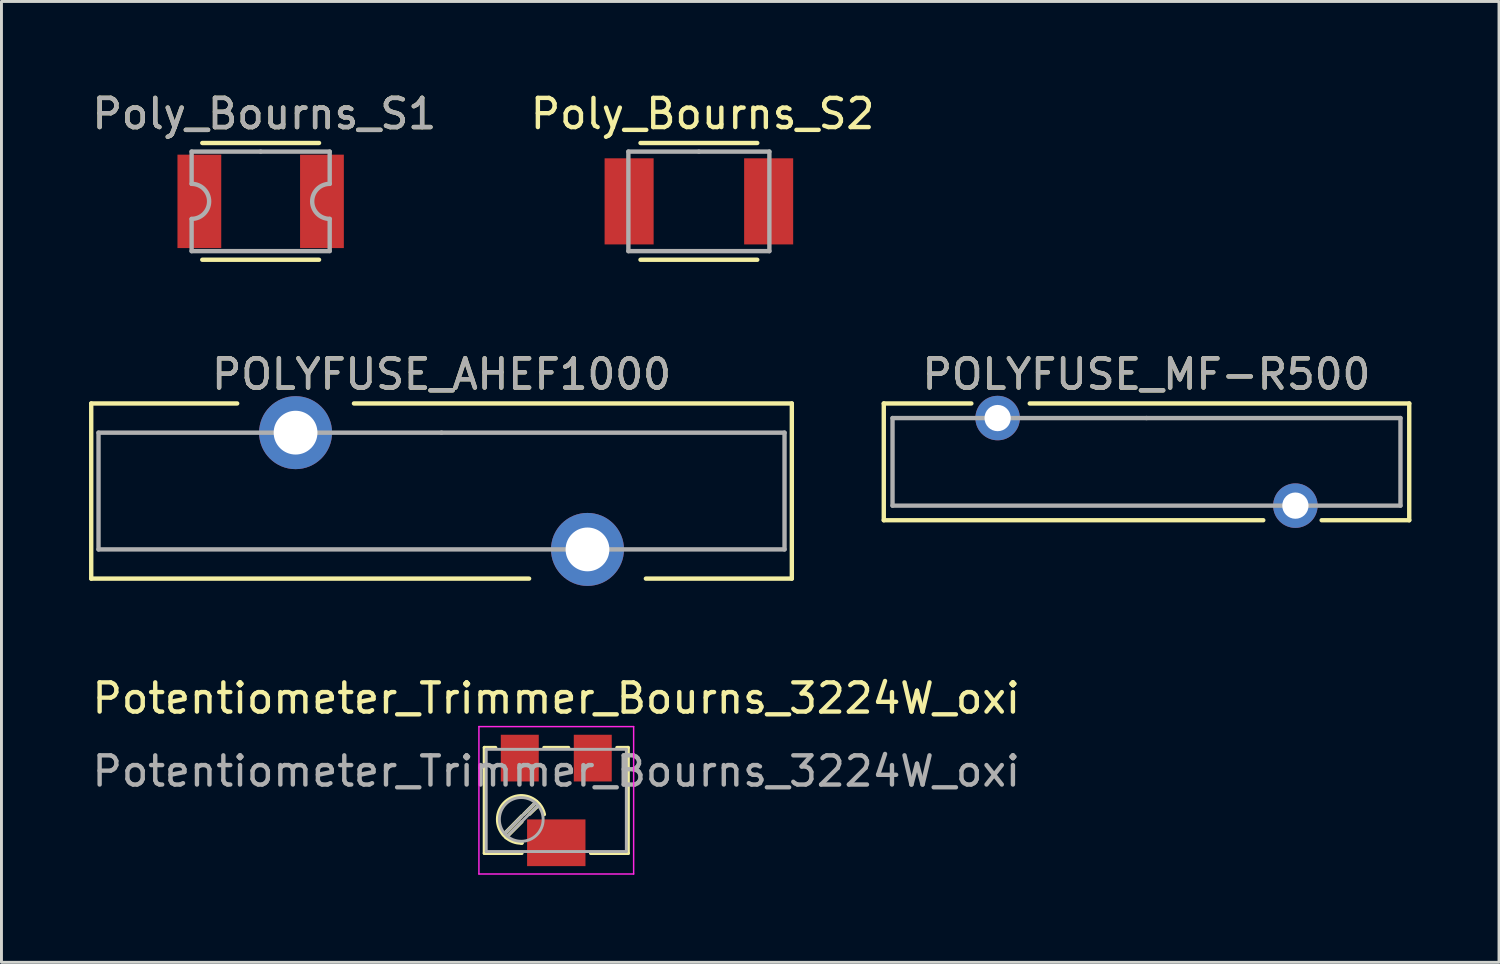
<source format=kicad_pcb>
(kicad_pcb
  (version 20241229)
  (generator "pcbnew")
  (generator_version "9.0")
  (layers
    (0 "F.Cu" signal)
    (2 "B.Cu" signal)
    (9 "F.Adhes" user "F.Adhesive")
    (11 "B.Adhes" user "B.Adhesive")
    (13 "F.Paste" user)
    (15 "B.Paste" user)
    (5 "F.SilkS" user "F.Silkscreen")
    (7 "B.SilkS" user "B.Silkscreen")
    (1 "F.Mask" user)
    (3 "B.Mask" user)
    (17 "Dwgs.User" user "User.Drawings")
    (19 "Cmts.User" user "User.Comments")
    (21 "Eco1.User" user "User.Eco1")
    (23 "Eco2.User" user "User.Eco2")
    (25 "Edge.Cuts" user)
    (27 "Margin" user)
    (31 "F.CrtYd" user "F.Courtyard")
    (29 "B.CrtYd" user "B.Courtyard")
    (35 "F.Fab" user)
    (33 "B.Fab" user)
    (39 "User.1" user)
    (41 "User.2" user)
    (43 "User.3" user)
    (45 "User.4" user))
  (footprint "Poly_Bourns_S1"
    (layer "F.Cu")
    (at 5.879 3.848)
    (property "Reference" "Poly_Bourns_S1" (at 0.127 -3 0) (layer "F.SilkS") (effects (font (size 1 1) (thickness 0.15))))
    (attr through_hole)
    (fp_line (start -2 -2) (end 2 -2) (stroke (width 0.15) (type solid)) (layer "F.SilkS"))
    (fp_line (start -2 2) (end 2 2) (stroke (width 0.15) (type solid)) (layer "F.SilkS"))
    (fp_line (start -2.365 -1.705) (end -2.365 -0.6) (stroke (width 0.15) (type solid)) (layer "F.Fab"))
    (fp_line (start -2.365 1.705) (end -2.365 0.605) (stroke (width 0.15) (type solid)) (layer "F.Fab"))
    (fp_line (start -2.365 1.705) (end 2.365 1.705) (stroke (width 0.15) (type solid)) (layer "F.Fab"))
    (fp_line (start 0 -1.705) (end -2.365 -1.705) (stroke (width 0.15) (type solid)) (layer "F.Fab"))
    (fp_line (start 2.365 -1.705) (end 0 -1.705) (stroke (width 0.15) (type solid)) (layer "F.Fab"))
    (fp_line (start 2.365 -0.6) (end 2.365 -1.705) (stroke (width 0.15) (type solid)) (layer "F.Fab"))
    (fp_line (start 2.365 0.6) (end 2.365 1.7) (stroke (width 0.15) (type solid)) (layer "F.Fab"))
    (fp_arc (start -2.365 -0.6) (mid -1.765 0) (end -2.365 0.6) (stroke (width 0.15) (type solid)) (layer "F.Fab"))
    (fp_arc (start 2.365 0.6) (mid 1.765 0) (end 2.365 -0.6) (stroke (width 0.15) (type solid)) (layer "F.Fab"))
    (fp_text user "${REFERENCE}" (at 0.127 -3 0) (layer "F.Fab") (effects (font (size 1 1) (thickness 0.15))))
    (pad "1" smd rect (at -2.1 0) (size 1.5 3.2) (layers "F.Cu" "F.Mask" "F.Paste"))
    (pad "2" smd rect (at 2.1 0) (size 1.5 3.2) (layers "F.Cu" "F.Mask" "F.Paste")))
  (footprint "Potentiometer_Trimmer_Bourns_3224W_oxi"
    (layer "F.Cu")
    (at 16.006 24.37)
    (property "Reference" "Potentiometer_Trimmer_Bourns_3224W_oxi" (at 0 -3.5 0) (layer "F.SilkS") (effects (font (size 1 1) (thickness 0.15))))
    (attr smd)
    (fp_line (start -2.46 -1.81) (end -2.46 1.81) (stroke (width 0.12) (type solid)) (layer "F.SilkS"))
    (fp_line (start -2.46 -1.81) (end -2.08 -1.81) (stroke (width 0.12) (type solid)) (layer "F.SilkS"))
    (fp_line (start -2.46 1.81) (end -1.18 1.81) (stroke (width 0.12) (type solid)) (layer "F.SilkS"))
    (fp_line (start -1.18 0.53) (end -1.81 1.17) (stroke (width 0.12) (type solid)) (layer "F.SilkS"))
    (fp_line (start -1.18 0.73) (end -1.72 1.27) (stroke (width 0.12) (type solid)) (layer "F.SilkS"))
    (fp_line (start -0.68 0.04) (end -1.11 0.47) (stroke (width 0.12) (type solid)) (layer "F.SilkS"))
    (fp_line (start -0.58 0.14) (end -0.92 0.47) (stroke (width 0.12) (type solid)) (layer "F.SilkS"))
    (fp_line (start -0.42 -1.81) (end 0.42 -1.81) (stroke (width 0.12) (type solid)) (layer "F.SilkS"))
    (fp_line (start 1.18 1.81) (end 2.46 1.81) (stroke (width 0.12) (type solid)) (layer "F.SilkS"))
    (fp_line (start 2.08 -1.81) (end 2.46 -1.81) (stroke (width 0.12) (type solid)) (layer "F.SilkS"))
    (fp_line (start 2.46 -1.81) (end 2.46 1.81) (stroke (width 0.12) (type solid)) (layer "F.SilkS"))
    (fp_arc (start -1.183862 1.457923) (mid -1.833678 0.14855) (end -0.41 0.48) (stroke (width 0.12) (type solid)) (layer "F.SilkS"))
    (fp_arc (start -1.171731 1.459507) (mid -1.185863 1.459877) (end -1.2 1.46) (stroke (width 0.12) (type solid)) (layer "F.SilkS"))
    (fp_line (start -2.65 -2.53) (end -2.65 2.52) (stroke (width 0.05) (type solid)) (layer "F.CrtYd"))
    (fp_line (start -2.65 2.52) (end 2.65 2.52) (stroke (width 0.05) (type solid)) (layer "F.CrtYd"))
    (fp_line (start 2.65 -2.53) (end -2.65 -2.53) (stroke (width 0.05) (type solid)) (layer "F.CrtYd"))
    (fp_line (start 2.65 2.52) (end 2.65 -2.53) (stroke (width 0.05) (type solid)) (layer "F.CrtYd"))
    (fp_line (start -2.4 -1.75) (end -2.4 1.75) (stroke (width 0.1) (type solid)) (layer "F.Fab"))
    (fp_line (start -2.4 1.75) (end 2.4 1.75) (stroke (width 0.1) (type solid)) (layer "F.Fab"))
    (fp_line (start -0.72 0.08) (end -1.77 1.13) (stroke (width 0.1) (type solid)) (layer "F.Fab"))
    (fp_line (start -0.63 0.17) (end -1.68 1.22) (stroke (width 0.1) (type solid)) (layer "F.Fab"))
    (fp_line (start 2.4 -1.75) (end -2.4 -1.75) (stroke (width 0.1) (type solid)) (layer "F.Fab"))
    (fp_line (start 2.4 1.75) (end 2.4 -1.75) (stroke (width 0.1) (type solid)) (layer "F.Fab"))
    (fp_circle (center -1.2 0.65) (end -0.45 0.65) (stroke (width 0.1) (type solid)) (fill no) (layer "F.Fab"))
    (fp_text user "${REFERENCE}" (at 0 -1 0) (layer "F.Fab") (effects (font (size 1 1) (thickness 0.15))))
    (pad "1" smd rect (at 1.25 -1.45) (size 1.3 1.6) (layers "F.Cu" "F.Mask" "F.Paste"))
    (pad "2" smd rect (at 0 1.45) (size 2 1.6) (layers "F.Cu" "F.Mask" "F.Paste"))
    (pad "3" smd rect (at -1.25 -1.45) (size 1.3 1.6) (layers "F.Cu" "F.Mask" "F.Paste")))
  (footprint "POLYFUSE_AHEF1000"
    (layer "F.Cu")
    (at 12.075 13.771)
    (property "Reference" "POLYFUSE_AHEF1000" (at 0 -4 0) (layer "F.SilkS") (effects (font (size 1 1) (thickness 0.15))))
    (attr through_hole)
    (fp_line (start -12 -3) (end -12 3) (stroke (width 0.15) (type solid)) (layer "F.SilkS"))
    (fp_line (start -12 3) (end 3 3) (stroke (width 0.15) (type solid)) (layer "F.SilkS"))
    (fp_line (start -7 -3) (end -12 -3) (stroke (width 0.15) (type solid)) (layer "F.SilkS"))
    (fp_line (start 7 3) (end 12 3) (stroke (width 0.15) (type solid)) (layer "F.SilkS"))
    (fp_line (start 12 -3) (end -3 -3) (stroke (width 0.15) (type solid)) (layer "F.SilkS"))
    (fp_line (start 12 3) (end 12 -3) (stroke (width 0.15) (type solid)) (layer "F.SilkS"))
    (fp_line (start -11.75 -2) (end -11.75 2) (stroke (width 0.15) (type solid)) (layer "F.Fab"))
    (fp_line (start -11.75 2) (end 11.75 2) (stroke (width 0.15) (type solid)) (layer "F.Fab"))
    (fp_line (start 0 -2) (end -11.75 -2) (stroke (width 0.15) (type solid)) (layer "F.Fab"))
    (fp_line (start 11.75 -2) (end 0 -2) (stroke (width 0.15) (type solid)) (layer "F.Fab"))
    (fp_line (start 11.75 2) (end 11.75 -2) (stroke (width 0.15) (type solid)) (layer "F.Fab"))
    (fp_text user "${REFERENCE}" (at 0 -4 0) (layer "F.Fab") (effects (font (size 1 1) (thickness 0.15))))
    (pad "1" thru_hole circle (at -5 -2) (size 2.5 2.5) (drill 1.5) (layers "*.Cu" "*.Mask"))
    (pad "2" thru_hole circle (at 5 2) (size 2.5 2.5) (drill 1.5) (layers "*.Cu" "*.Mask")))
  (footprint "POLYFUSE_MF-R500"
    (layer "F.Cu")
    (at 36.225 12.771)
    (property "Reference" "POLYFUSE_MF-R500" (at 0 -3 0) (layer "F.SilkS") (effects (font (size 1 1) (thickness 0.15))))
    (attr through_hole)
    (fp_line (start -9 -2) (end -9 2) (stroke (width 0.15) (type solid)) (layer "F.SilkS"))
    (fp_line (start -9 -2) (end -6 -2) (stroke (width 0.15) (type solid)) (layer "F.SilkS"))
    (fp_line (start -9 2) (end 4 2) (stroke (width 0.15) (type solid)) (layer "F.SilkS"))
    (fp_line (start 6 2) (end 9 2) (stroke (width 0.15) (type solid)) (layer "F.SilkS"))
    (fp_line (start 9 -2) (end -4 -2) (stroke (width 0.15) (type solid)) (layer "F.SilkS"))
    (fp_line (start 9 2) (end 9 -2) (stroke (width 0.15) (type solid)) (layer "F.SilkS"))
    (fp_line (start -8.7 -1.5) (end -8.7 1.5) (stroke (width 0.15) (type solid)) (layer "F.Fab"))
    (fp_line (start -8.7 1.5) (end 8.7 1.5) (stroke (width 0.15) (type solid)) (layer "F.Fab"))
    (fp_line (start 0 -1.5) (end -8.7 -1.5) (stroke (width 0.15) (type solid)) (layer "F.Fab"))
    (fp_line (start 8.7 -1.5) (end 0 -1.5) (stroke (width 0.15) (type solid)) (layer "F.Fab"))
    (fp_line (start 8.7 1.5) (end 8.7 -1.5) (stroke (width 0.15) (type solid)) (layer "F.Fab"))
    (fp_text user "${REFERENCE}" (at 0 -3 0) (layer "F.Fab") (effects (font (size 1 1) (thickness 0.15))))
    (pad "1" thru_hole circle (at -5.1 -1.5) (size 1.524 1.524) (drill 0.9) (layers "*.Cu" "*.Mask"))
    (pad "2" thru_hole circle (at 5.1 1.5) (size 1.524 1.524) (drill 0.9) (layers "*.Cu" "*.Mask")))
  (footprint "Poly_Bourns_S2"
    (layer "F.Cu")
    (at 20.891 3.848)
    (property "Reference" "Poly_Bourns_S2" (at 0.127 -3 0) (layer "F.SilkS") (effects (font (size 1 1) (thickness 0.15))))
    (attr through_hole)
    (fp_line (start -2 -2) (end 2 -2) (stroke (width 0.15) (type solid)) (layer "F.SilkS"))
    (fp_line (start -2 2) (end 2 2) (stroke (width 0.15) (type solid)) (layer "F.SilkS"))
    (fp_line (start -2.415 -1.705) (end -2.415 1.705) (stroke (width 0.15) (type solid)) (layer "F.Fab"))
    (fp_line (start -2.415 1.705) (end 2.415 1.705) (stroke (width 0.15) (type solid)) (layer "F.Fab"))
    (fp_line (start 0 -1.705) (end -2.415 -1.705) (stroke (width 0.15) (type solid)) (layer "F.Fab"))
    (fp_line (start 2.415 -1.705) (end 0 -1.705) (stroke (width 0.15) (type solid)) (layer "F.Fab"))
    (fp_line (start 2.415 1.705) (end 2.415 -1.705) (stroke (width 0.15) (type solid)) (layer "F.Fab"))
    (pad "1" smd rect (at -2.39 0) (size 1.68 2.95) (layers "F.Cu" "F.Mask" "F.Paste"))
    (pad "2" smd rect (at 2.39 0) (size 1.68 2.95) (layers "F.Cu" "F.Mask" "F.Paste")))
  (gr_rect
    (start -3 -3)
    (end 48.3 29.915)
    (stroke (width 0.1) (type default))
    (fill no)
    (layer "Edge.Cuts")))
</source>
